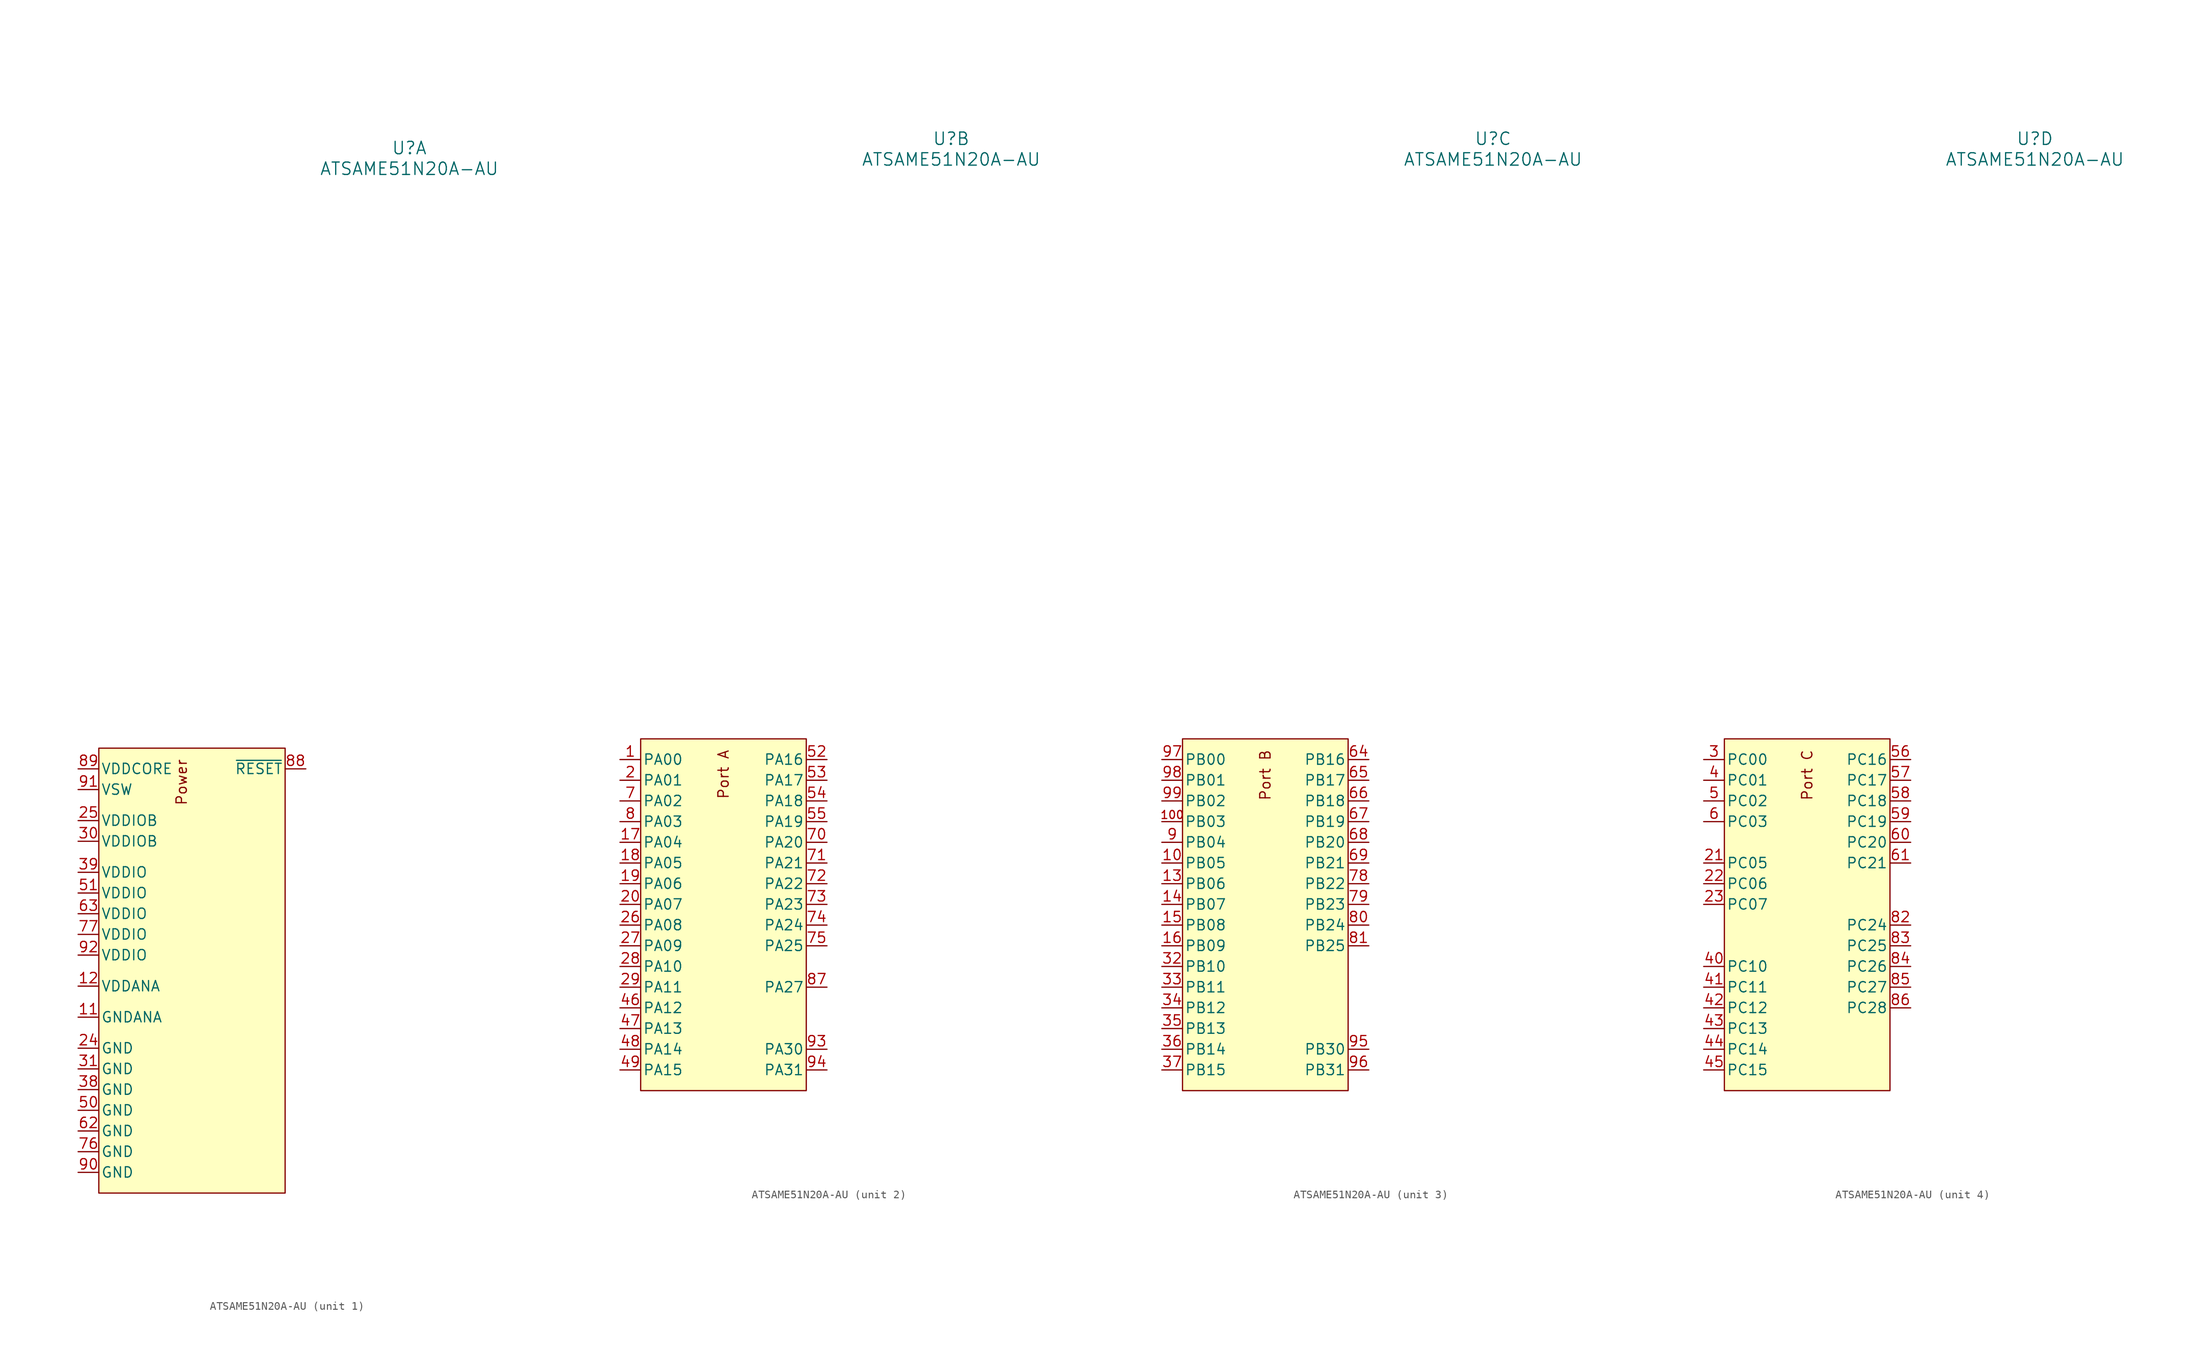
<source format=kicad_sym>
(kicad_symbol_lib
  (version 20211014)
  (generator kicad_symbol_editor)
  (symbol "ATSAME51N20A-AU"
    (pin_names
      (offset 0.254))
    (property "Reference" "U"
      (at 40.64 76.2 0)
      (effects (font (size 1.524 1.524))))
    (property "Value" "ATSAME51N20A-AU"
      (at 40.64 73.66 0)
      (effects (font (size 1.524 1.524))))
    (property "ki_locked" ""
      (at 0 0 0)
      (effects (font (size 1.27 1.27))))
    (symbol "ATSAME51N20A-AU_1_0"
      (text "Power" (at 12.7 1.27 900) (effects (font (size 1.27 1.27)) (justify right))))
    (symbol "ATSAME51N20A-AU_1_1"
      (rectangle (start 2.54 2.54) (end 25.4 -52.07) (stroke (width 0) (type default) (color 0 0 0 0)) (fill (type background)))
      (pin power_in line (at 0 -30.48 0) (length 2.54) (name "GNDANA" (effects (font (size 1.27 1.27)))) (number "11" (effects (font (size 1.27 1.27)))))
      (pin power_in line (at 0 -26.67 0) (length 2.54) (name "VDDANA" (effects (font (size 1.27 1.27)))) (number "12" (effects (font (size 1.27 1.27)))))
      (pin power_in line (at 0 -34.29 0) (length 2.54) (name "GND" (effects (font (size 1.27 1.27)))) (number "24" (effects (font (size 1.27 1.27)))))
      (pin power_in line (at 0 -6.35 0) (length 2.54) (name "VDDIOB" (effects (font (size 1.27 1.27)))) (number "25" (effects (font (size 1.27 1.27)))))
      (pin power_in line (at 0 -8.89 0) (length 2.54) (name "VDDIOB" (effects (font (size 1.27 1.27)))) (number "30" (effects (font (size 1.27 1.27)))))
      (pin power_in line (at 0 -36.83 0) (length 2.54) (name "GND" (effects (font (size 1.27 1.27)))) (number "31" (effects (font (size 1.27 1.27)))))
      (pin power_in line (at 0 -39.37 0) (length 2.54) (name "GND" (effects (font (size 1.27 1.27)))) (number "38" (effects (font (size 1.27 1.27)))))
      (pin power_in line (at 0 -12.7 0) (length 2.54) (name "VDDIO" (effects (font (size 1.27 1.27)))) (number "39" (effects (font (size 1.27 1.27)))))
      (pin power_in line (at 0 -41.91 0) (length 2.54) (name "GND" (effects (font (size 1.27 1.27)))) (number "50" (effects (font (size 1.27 1.27)))))
      (pin power_in line (at 0 -15.24 0) (length 2.54) (name "VDDIO" (effects (font (size 1.27 1.27)))) (number "51" (effects (font (size 1.27 1.27)))))
      (pin power_in line (at 0 -44.45 0) (length 2.54) (name "GND" (effects (font (size 1.27 1.27)))) (number "62" (effects (font (size 1.27 1.27)))))
      (pin power_in line (at 0 -17.78 0) (length 2.54) (name "VDDIO" (effects (font (size 1.27 1.27)))) (number "63" (effects (font (size 1.27 1.27)))))
      (pin power_in line (at 0 -46.99 0) (length 2.54) (name "GND" (effects (font (size 1.27 1.27)))) (number "76" (effects (font (size 1.27 1.27)))))
      (pin power_in line (at 0 -20.32 0) (length 2.54) (name "VDDIO" (effects (font (size 1.27 1.27)))) (number "77" (effects (font (size 1.27 1.27)))))
      (pin bidirectional line (at 27.94 0 180) (length 2.54) (name "~{RESET}" (effects (font (size 1.27 1.27)))) (number "88" (effects (font (size 1.27 1.27)))))
      (pin power_in line (at 0 0 0) (length 2.54) (name "VDDCORE" (effects (font (size 1.27 1.27)))) (number "89" (effects (font (size 1.27 1.27)))))
      (pin power_in line (at 0 -49.53 0) (length 2.54) (name "GND" (effects (font (size 1.27 1.27)))) (number "90" (effects (font (size 1.27 1.27)))))
      (pin power_in line (at 0 -2.54 0) (length 2.54) (name "VSW" (effects (font (size 1.27 1.27)))) (number "91" (effects (font (size 1.27 1.27)))))
      (pin power_in line (at 0 -22.86 0) (length 2.54) (name "VDDIO" (effects (font (size 1.27 1.27)))) (number "92" (effects (font (size 1.27 1.27))))))
    (symbol "ATSAME51N20A-AU_2_0"
      (rectangle (start 2.54 2.54) (end 22.86 -40.64) (stroke (width 0) (type default) (color 0 0 0 0)) (fill (type background)))
      (text "Port A" (at 12.7 1.27 900) (effects (font (size 1.27 1.27)) (justify right))))
    (symbol "ATSAME51N20A-AU_2_1"
      (pin bidirectional line (at 0 0 0) (length 2.54) (name "PA00" (effects (font (size 1.27 1.27)))) (number "1" (effects (font (size 1.27 1.27)))))
      (pin bidirectional line (at 0 -10.16 0) (length 2.54) (name "PA04" (effects (font (size 1.27 1.27)))) (number "17" (effects (font (size 1.27 1.27)))))
      (pin bidirectional line (at 0 -12.7 0) (length 2.54) (name "PA05" (effects (font (size 1.27 1.27)))) (number "18" (effects (font (size 1.27 1.27)))))
      (pin bidirectional line (at 0 -15.24 0) (length 2.54) (name "PA06" (effects (font (size 1.27 1.27)))) (number "19" (effects (font (size 1.27 1.27)))))
      (pin bidirectional line (at 0 -2.54 0) (length 2.54) (name "PA01" (effects (font (size 1.27 1.27)))) (number "2" (effects (font (size 1.27 1.27)))))
      (pin bidirectional line (at 0 -17.78 0) (length 2.54) (name "PA07" (effects (font (size 1.27 1.27)))) (number "20" (effects (font (size 1.27 1.27)))))
      (pin bidirectional line (at 0 -20.32 0) (length 2.54) (name "PA08" (effects (font (size 1.27 1.27)))) (number "26" (effects (font (size 1.27 1.27)))))
      (pin bidirectional line (at 0 -22.86 0) (length 2.54) (name "PA09" (effects (font (size 1.27 1.27)))) (number "27" (effects (font (size 1.27 1.27)))))
      (pin bidirectional line (at 0 -25.4 0) (length 2.54) (name "PA10" (effects (font (size 1.27 1.27)))) (number "28" (effects (font (size 1.27 1.27)))))
      (pin bidirectional line (at 0 -27.94 0) (length 2.54) (name "PA11" (effects (font (size 1.27 1.27)))) (number "29" (effects (font (size 1.27 1.27)))))
      (pin bidirectional line (at 0 -30.48 0) (length 2.54) (name "PA12" (effects (font (size 1.27 1.27)))) (number "46" (effects (font (size 1.27 1.27)))))
      (pin bidirectional line (at 0 -33.02 0) (length 2.54) (name "PA13" (effects (font (size 1.27 1.27)))) (number "47" (effects (font (size 1.27 1.27)))))
      (pin bidirectional line (at 0 -35.56 0) (length 2.54) (name "PA14" (effects (font (size 1.27 1.27)))) (number "48" (effects (font (size 1.27 1.27)))))
      (pin bidirectional line (at 0 -38.1 0) (length 2.54) (name "PA15" (effects (font (size 1.27 1.27)))) (number "49" (effects (font (size 1.27 1.27)))))
      (pin bidirectional line (at 25.4 0 180) (length 2.54) (name "PA16" (effects (font (size 1.27 1.27)))) (number "52" (effects (font (size 1.27 1.27)))))
      (pin bidirectional line (at 25.4 -2.54 180) (length 2.54) (name "PA17" (effects (font (size 1.27 1.27)))) (number "53" (effects (font (size 1.27 1.27)))))
      (pin bidirectional line (at 25.4 -5.08 180) (length 2.54) (name "PA18" (effects (font (size 1.27 1.27)))) (number "54" (effects (font (size 1.27 1.27)))))
      (pin bidirectional line (at 25.4 -7.62 180) (length 2.54) (name "PA19" (effects (font (size 1.27 1.27)))) (number "55" (effects (font (size 1.27 1.27)))))
      (pin bidirectional line (at 0 -5.08 0) (length 2.54) (name "PA02" (effects (font (size 1.27 1.27)))) (number "7" (effects (font (size 1.27 1.27)))))
      (pin bidirectional line (at 25.4 -10.16 180) (length 2.54) (name "PA20" (effects (font (size 1.27 1.27)))) (number "70" (effects (font (size 1.27 1.27)))))
      (pin bidirectional line (at 25.4 -12.7 180) (length 2.54) (name "PA21" (effects (font (size 1.27 1.27)))) (number "71" (effects (font (size 1.27 1.27)))))
      (pin bidirectional line (at 25.4 -15.24 180) (length 2.54) (name "PA22" (effects (font (size 1.27 1.27)))) (number "72" (effects (font (size 1.27 1.27)))))
      (pin bidirectional line (at 25.4 -17.78 180) (length 2.54) (name "PA23" (effects (font (size 1.27 1.27)))) (number "73" (effects (font (size 1.27 1.27)))))
      (pin bidirectional line (at 25.4 -20.32 180) (length 2.54) (name "PA24" (effects (font (size 1.27 1.27)))) (number "74" (effects (font (size 1.27 1.27)))))
      (pin bidirectional line (at 25.4 -22.86 180) (length 2.54) (name "PA25" (effects (font (size 1.27 1.27)))) (number "75" (effects (font (size 1.27 1.27)))))
      (pin bidirectional line (at 0 -7.62 0) (length 2.54) (name "PA03" (effects (font (size 1.27 1.27)))) (number "8" (effects (font (size 1.27 1.27)))))
      (pin bidirectional line (at 25.4 -27.94 180) (length 2.54) (name "PA27" (effects (font (size 1.27 1.27)))) (number "87" (effects (font (size 1.27 1.27)))))
      (pin bidirectional line (at 25.4 -35.56 180) (length 2.54) (name "PA30" (effects (font (size 1.27 1.27)))) (number "93" (effects (font (size 1.27 1.27)))))
      (pin bidirectional line (at 25.4 -38.1 180) (length 2.54) (name "PA31" (effects (font (size 1.27 1.27)))) (number "94" (effects (font (size 1.27 1.27))))))
    (symbol "ATSAME51N20A-AU_3_1"
      (rectangle (start 2.54 2.54) (end 22.86 -40.64) (stroke (width 0) (type default) (color 0 0 0 0)) (fill (type background)))
      (text "Port B" (at 12.7 1.27 900) (effects (font (size 1.27 1.27)) (justify right)))
      (pin bidirectional line (at 0 -12.7 0) (length 2.54) (name "PB05" (effects (font (size 1.27 1.27)))) (number "10" (effects (font (size 1.27 1.27)))))
      (pin bidirectional line (at 0 -7.62 0) (length 2.54) (name "PB03" (effects (font (size 1.27 1.27)))) (number "100" (effects (font (size 0.991 0.991)))))
      (pin bidirectional line (at 0 -15.24 0) (length 2.54) (name "PB06" (effects (font (size 1.27 1.27)))) (number "13" (effects (font (size 1.27 1.27)))))
      (pin bidirectional line (at 0 -17.78 0) (length 2.54) (name "PB07" (effects (font (size 1.27 1.27)))) (number "14" (effects (font (size 1.27 1.27)))))
      (pin bidirectional line (at 0 -20.32 0) (length 2.54) (name "PB08" (effects (font (size 1.27 1.27)))) (number "15" (effects (font (size 1.27 1.27)))))
      (pin bidirectional line (at 0 -22.86 0) (length 2.54) (name "PB09" (effects (font (size 1.27 1.27)))) (number "16" (effects (font (size 1.27 1.27)))))
      (pin bidirectional line (at 0 -25.4 0) (length 2.54) (name "PB10" (effects (font (size 1.27 1.27)))) (number "32" (effects (font (size 1.27 1.27)))))
      (pin bidirectional line (at 0 -27.94 0) (length 2.54) (name "PB11" (effects (font (size 1.27 1.27)))) (number "33" (effects (font (size 1.27 1.27)))))
      (pin bidirectional line (at 0 -30.48 0) (length 2.54) (name "PB12" (effects (font (size 1.27 1.27)))) (number "34" (effects (font (size 1.27 1.27)))))
      (pin bidirectional line (at 0 -33.02 0) (length 2.54) (name "PB13" (effects (font (size 1.27 1.27)))) (number "35" (effects (font (size 1.27 1.27)))))
      (pin bidirectional line (at 0 -35.56 0) (length 2.54) (name "PB14" (effects (font (size 1.27 1.27)))) (number "36" (effects (font (size 1.27 1.27)))))
      (pin bidirectional line (at 0 -38.1 0) (length 2.54) (name "PB15" (effects (font (size 1.27 1.27)))) (number "37" (effects (font (size 1.27 1.27)))))
      (pin bidirectional line (at 25.4 0 180) (length 2.54) (name "PB16" (effects (font (size 1.27 1.27)))) (number "64" (effects (font (size 1.27 1.27)))))
      (pin bidirectional line (at 25.4 -2.54 180) (length 2.54) (name "PB17" (effects (font (size 1.27 1.27)))) (number "65" (effects (font (size 1.27 1.27)))))
      (pin bidirectional line (at 25.4 -5.08 180) (length 2.54) (name "PB18" (effects (font (size 1.27 1.27)))) (number "66" (effects (font (size 1.27 1.27)))))
      (pin bidirectional line (at 25.4 -7.62 180) (length 2.54) (name "PB19" (effects (font (size 1.27 1.27)))) (number "67" (effects (font (size 1.27 1.27)))))
      (pin bidirectional line (at 25.4 -10.16 180) (length 2.54) (name "PB20" (effects (font (size 1.27 1.27)))) (number "68" (effects (font (size 1.27 1.27)))))
      (pin bidirectional line (at 25.4 -12.7 180) (length 2.54) (name "PB21" (effects (font (size 1.27 1.27)))) (number "69" (effects (font (size 1.27 1.27)))))
      (pin bidirectional line (at 25.4 -15.24 180) (length 2.54) (name "PB22" (effects (font (size 1.27 1.27)))) (number "78" (effects (font (size 1.27 1.27)))))
      (pin bidirectional line (at 25.4 -17.78 180) (length 2.54) (name "PB23" (effects (font (size 1.27 1.27)))) (number "79" (effects (font (size 1.27 1.27)))))
      (pin bidirectional line (at 25.4 -20.32 180) (length 2.54) (name "PB24" (effects (font (size 1.27 1.27)))) (number "80" (effects (font (size 1.27 1.27)))))
      (pin bidirectional line (at 25.4 -22.86 180) (length 2.54) (name "PB25" (effects (font (size 1.27 1.27)))) (number "81" (effects (font (size 1.27 1.27)))))
      (pin bidirectional line (at 0 -10.16 0) (length 2.54) (name "PB04" (effects (font (size 1.27 1.27)))) (number "9" (effects (font (size 1.27 1.27)))))
      (pin bidirectional line (at 25.4 -35.56 180) (length 2.54) (name "PB30" (effects (font (size 1.27 1.27)))) (number "95" (effects (font (size 1.27 1.27)))))
      (pin bidirectional line (at 25.4 -38.1 180) (length 2.54) (name "PB31" (effects (font (size 1.27 1.27)))) (number "96" (effects (font (size 1.27 1.27)))))
      (pin bidirectional line (at 0 0 0) (length 2.54) (name "PB00" (effects (font (size 1.27 1.27)))) (number "97" (effects (font (size 1.27 1.27)))))
      (pin bidirectional line (at 0 -2.54 0) (length 2.54) (name "PB01" (effects (font (size 1.27 1.27)))) (number "98" (effects (font (size 1.27 1.27)))))
      (pin bidirectional line (at 0 -5.08 0) (length 2.54) (name "PB02" (effects (font (size 1.27 1.27)))) (number "99" (effects (font (size 1.27 1.27))))))
    (symbol "ATSAME51N20A-AU_4_1"
      (rectangle (start 2.54 2.54) (end 22.86 -40.64) (stroke (width 0) (type default) (color 0 0 0 0)) (fill (type background)))
      (text "Port C" (at 12.7 1.27 900) (effects (font (size 1.27 1.27)) (justify right)))
      (pin bidirectional line (at 0 -12.7 0) (length 2.54) (name "PC05" (effects (font (size 1.27 1.27)))) (number "21" (effects (font (size 1.27 1.27)))))
      (pin bidirectional line (at 0 -15.24 0) (length 2.54) (name "PC06" (effects (font (size 1.27 1.27)))) (number "22" (effects (font (size 1.27 1.27)))))
      (pin bidirectional line (at 0 -17.78 0) (length 2.54) (name "PC07" (effects (font (size 1.27 1.27)))) (number "23" (effects (font (size 1.27 1.27)))))
      (pin bidirectional line (at 0 0 0) (length 2.54) (name "PC00" (effects (font (size 1.27 1.27)))) (number "3" (effects (font (size 1.27 1.27)))))
      (pin bidirectional line (at 0 -2.54 0) (length 2.54) (name "PC01" (effects (font (size 1.27 1.27)))) (number "4" (effects (font (size 1.27 1.27)))))
      (pin bidirectional line (at 0 -25.4 0) (length 2.54) (name "PC10" (effects (font (size 1.27 1.27)))) (number "40" (effects (font (size 1.27 1.27)))))
      (pin bidirectional line (at 0 -27.94 0) (length 2.54) (name "PC11" (effects (font (size 1.27 1.27)))) (number "41" (effects (font (size 1.27 1.27)))))
      (pin bidirectional line (at 0 -30.48 0) (length 2.54) (name "PC12" (effects (font (size 1.27 1.27)))) (number "42" (effects (font (size 1.27 1.27)))))
      (pin bidirectional line (at 0 -33.02 0) (length 2.54) (name "PC13" (effects (font (size 1.27 1.27)))) (number "43" (effects (font (size 1.27 1.27)))))
      (pin bidirectional line (at 0 -35.56 0) (length 2.54) (name "PC14" (effects (font (size 1.27 1.27)))) (number "44" (effects (font (size 1.27 1.27)))))
      (pin bidirectional line (at 0 -38.1 0) (length 2.54) (name "PC15" (effects (font (size 1.27 1.27)))) (number "45" (effects (font (size 1.27 1.27)))))
      (pin bidirectional line (at 0 -5.08 0) (length 2.54) (name "PC02" (effects (font (size 1.27 1.27)))) (number "5" (effects (font (size 1.27 1.27)))))
      (pin bidirectional line (at 25.4 0 180) (length 2.54) (name "PC16" (effects (font (size 1.27 1.27)))) (number "56" (effects (font (size 1.27 1.27)))))
      (pin bidirectional line (at 25.4 -2.54 180) (length 2.54) (name "PC17" (effects (font (size 1.27 1.27)))) (number "57" (effects (font (size 1.27 1.27)))))
      (pin bidirectional line (at 25.4 -5.08 180) (length 2.54) (name "PC18" (effects (font (size 1.27 1.27)))) (number "58" (effects (font (size 1.27 1.27)))))
      (pin bidirectional line (at 25.4 -7.62 180) (length 2.54) (name "PC19" (effects (font (size 1.27 1.27)))) (number "59" (effects (font (size 1.27 1.27)))))
      (pin bidirectional line (at 0 -7.62 0) (length 2.54) (name "PC03" (effects (font (size 1.27 1.27)))) (number "6" (effects (font (size 1.27 1.27)))))
      (pin bidirectional line (at 25.4 -10.16 180) (length 2.54) (name "PC20" (effects (font (size 1.27 1.27)))) (number "60" (effects (font (size 1.27 1.27)))))
      (pin bidirectional line (at 25.4 -12.7 180) (length 2.54) (name "PC21" (effects (font (size 1.27 1.27)))) (number "61" (effects (font (size 1.27 1.27)))))
      (pin bidirectional line (at 25.4 -20.32 180) (length 2.54) (name "PC24" (effects (font (size 1.27 1.27)))) (number "82" (effects (font (size 1.27 1.27)))))
      (pin bidirectional line (at 25.4 -22.86 180) (length 2.54) (name "PC25" (effects (font (size 1.27 1.27)))) (number "83" (effects (font (size 1.27 1.27)))))
      (pin bidirectional line (at 25.4 -25.4 180) (length 2.54) (name "PC26" (effects (font (size 1.27 1.27)))) (number "84" (effects (font (size 1.27 1.27)))))
      (pin bidirectional line (at 25.4 -27.94 180) (length 2.54) (name "PC27" (effects (font (size 1.27 1.27)))) (number "85" (effects (font (size 1.27 1.27)))))
      (pin bidirectional line (at 25.4 -30.48 180) (length 2.54) (name "PC28" (effects (font (size 1.27 1.27)))) (number "86" (effects (font (size 1.27 1.27))))))))
</source>
